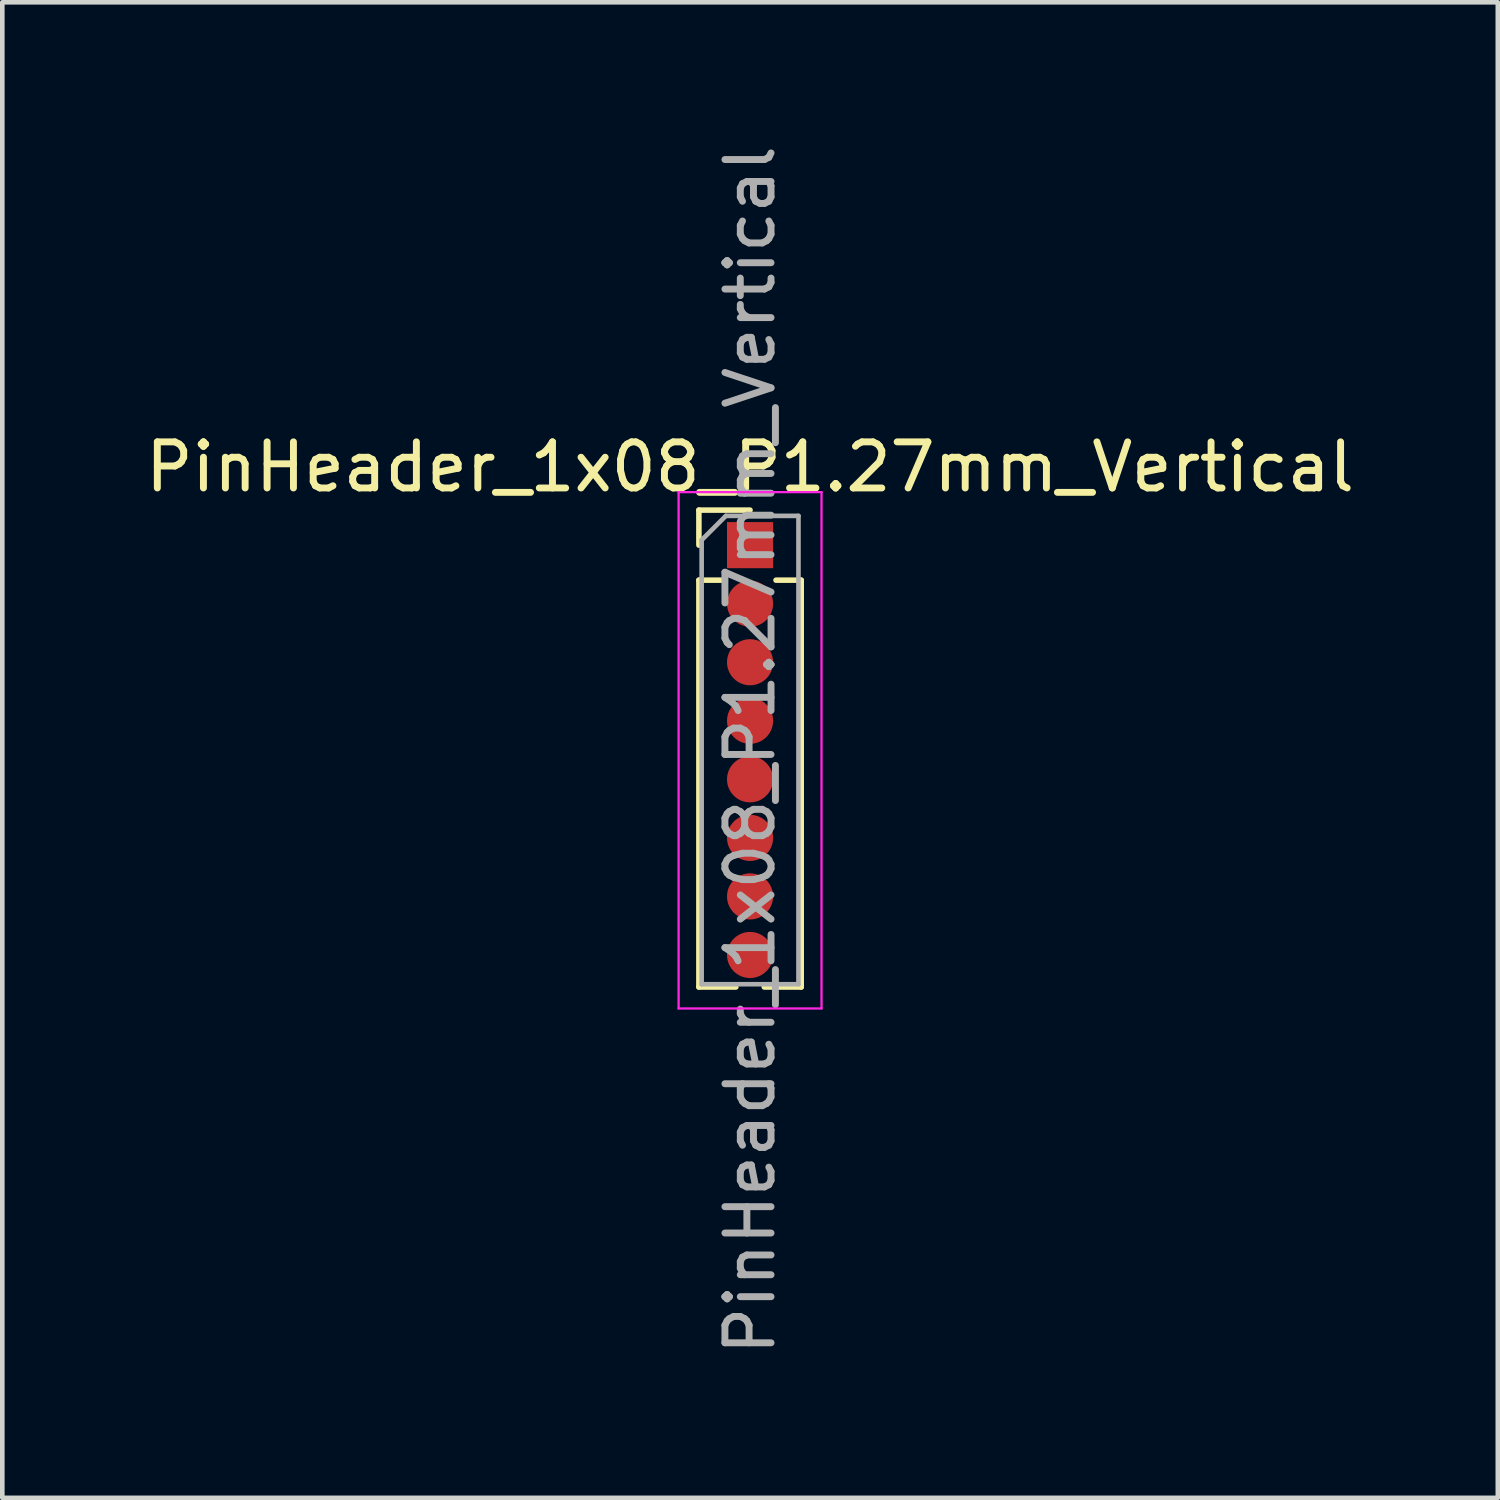
<source format=kicad_pcb>
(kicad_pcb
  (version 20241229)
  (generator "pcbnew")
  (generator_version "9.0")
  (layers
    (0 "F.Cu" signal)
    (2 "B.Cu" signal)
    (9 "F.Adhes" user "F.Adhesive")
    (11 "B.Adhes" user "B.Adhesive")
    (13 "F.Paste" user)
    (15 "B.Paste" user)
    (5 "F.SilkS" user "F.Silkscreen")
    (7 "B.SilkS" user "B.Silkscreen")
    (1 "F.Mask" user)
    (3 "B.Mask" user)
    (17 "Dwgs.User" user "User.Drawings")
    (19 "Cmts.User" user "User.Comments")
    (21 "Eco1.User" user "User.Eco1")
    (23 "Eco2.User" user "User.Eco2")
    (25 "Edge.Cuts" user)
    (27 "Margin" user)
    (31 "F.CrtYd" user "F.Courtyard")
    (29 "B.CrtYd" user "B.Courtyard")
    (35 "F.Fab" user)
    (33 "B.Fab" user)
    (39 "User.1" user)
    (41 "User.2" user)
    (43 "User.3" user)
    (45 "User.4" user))
  (footprint "PinHeader_1x08_P1.27mm_Vertical"
    (layer "F.Cu")
    (at 13.22 8.775)
    (property "Reference" "PinHeader_1x08_P1.27mm_Vertical" (at 0 -1.695 0) (layer "F.SilkS") (effects (font (size 1 1) (thickness 0.15))))
    (attr through_hole)
    (fp_line (start -1.11 -0.76) (end 0 -0.76) (stroke (width 0.12) (type solid)) (layer "F.SilkS"))
    (fp_line (start -1.11 0) (end -1.11 -0.76) (stroke (width 0.12) (type solid)) (layer "F.SilkS"))
    (fp_line (start -1.11 0.76) (end -1.11 9.585) (stroke (width 0.12) (type solid)) (layer "F.SilkS"))
    (fp_line (start -1.11 0.76) (end -0.563 0.76) (stroke (width 0.12) (type solid)) (layer "F.SilkS"))
    (fp_line (start -1.11 9.585) (end -0.308 9.585) (stroke (width 0.12) (type solid)) (layer "F.SilkS"))
    (fp_line (start 0.308 9.585) (end 1.11 9.585) (stroke (width 0.12) (type solid)) (layer "F.SilkS"))
    (fp_line (start 0.563 0.76) (end 1.11 0.76) (stroke (width 0.12) (type solid)) (layer "F.SilkS"))
    (fp_line (start 1.11 0.76) (end 1.11 9.585) (stroke (width 0.12) (type solid)) (layer "F.SilkS"))
    (fp_line (start -1.55 -1.15) (end -1.55 10.05) (stroke (width 0.05) (type solid)) (layer "F.CrtYd"))
    (fp_line (start -1.55 10.05) (end 1.55 10.05) (stroke (width 0.05) (type solid)) (layer "F.CrtYd"))
    (fp_line (start 1.55 -1.15) (end -1.55 -1.15) (stroke (width 0.05) (type solid)) (layer "F.CrtYd"))
    (fp_line (start 1.55 10.05) (end 1.55 -1.15) (stroke (width 0.05) (type solid)) (layer "F.CrtYd"))
    (fp_line (start -1.05 -0.11) (end -0.525 -0.635) (stroke (width 0.1) (type solid)) (layer "F.Fab"))
    (fp_line (start -1.05 9.525) (end -1.05 -0.11) (stroke (width 0.1) (type solid)) (layer "F.Fab"))
    (fp_line (start -0.525 -0.635) (end 1.05 -0.635) (stroke (width 0.1) (type solid)) (layer "F.Fab"))
    (fp_line (start 1.05 -0.635) (end 1.05 9.525) (stroke (width 0.1) (type solid)) (layer "F.Fab"))
    (fp_line (start 1.05 9.525) (end -1.05 9.525) (stroke (width 0.1) (type solid)) (layer "F.Fab"))
    (fp_text user "${REFERENCE}" (at 0 4.445 90) (layer "F.Fab") (effects (font (size 1 1) (thickness 0.15))))
    (pad "1" smd rect (at 0 0) (size 1 1) (layers "F.Cu" "F.Mask" "F.Paste"))
    (pad "2" smd oval (at 0 1.27) (size 1 1) (layers "F.Cu" "F.Mask" "F.Paste"))
    (pad "3" smd oval (at 0 2.54) (size 1 1) (layers "F.Cu" "F.Mask" "F.Paste"))
    (pad "4" smd oval (at 0 3.81) (size 1 1) (layers "F.Cu" "F.Mask" "F.Paste"))
    (pad "5" smd oval (at 0 5.08) (size 1 1) (layers "F.Cu" "F.Mask" "F.Paste"))
    (pad "6" smd oval (at 0 6.35) (size 1 1) (layers "F.Cu" "F.Mask" "F.Paste"))
    (pad "7" smd oval (at 0 7.62) (size 1 1) (layers "F.Cu" "F.Mask" "F.Paste"))
    (pad "8" smd oval (at 0 8.89) (size 1 1) (layers "F.Cu" "F.Mask" "F.Paste")))
  (gr_rect
    (start -3 -3)
    (end 29.44 29.44)
    (stroke (width 0.1) (type default))
    (fill no)
    (layer "Edge.Cuts")))
</source>
